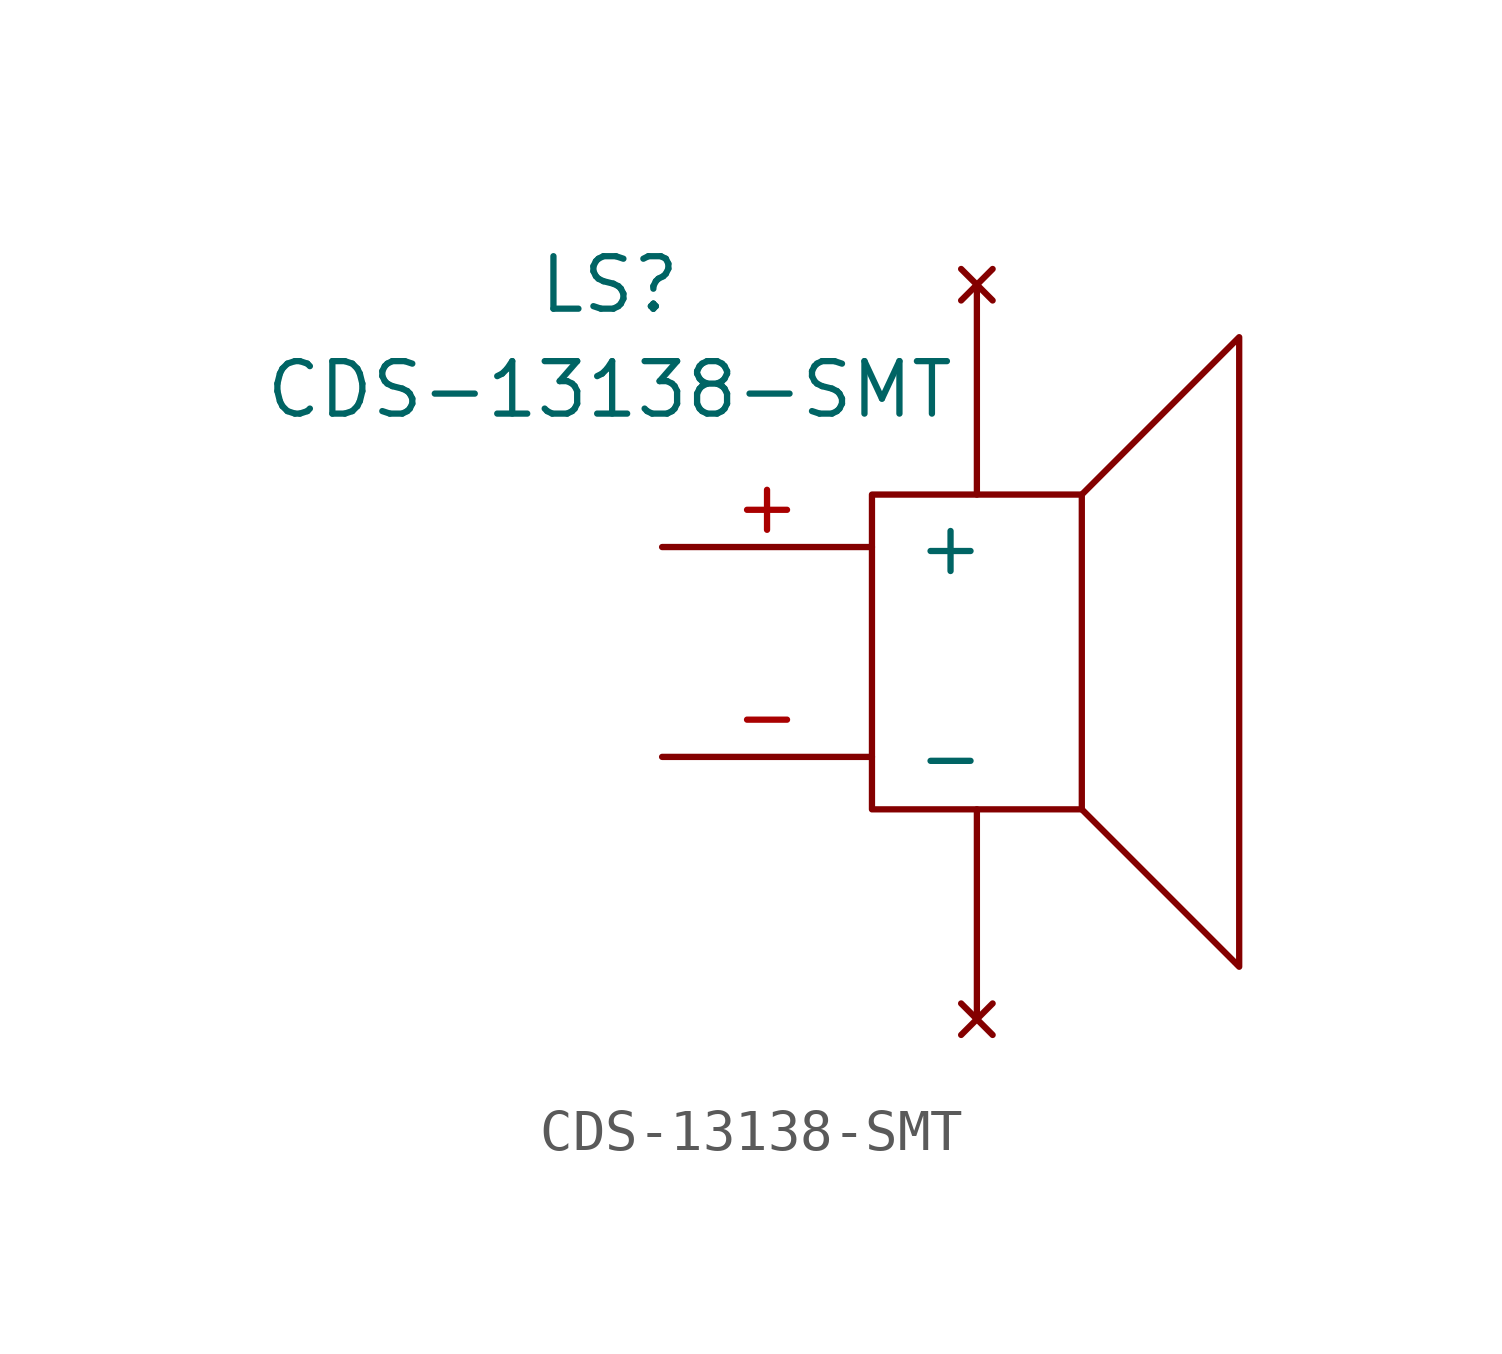
<source format=kicad_sym>
(kicad_symbol_lib
  (version 20201005)
  (generator kicad_symbol_editor)
  (symbol "CDS-13138-SMT"
    (pin_names
      (offset 1.016))
    (property "Reference" "LS"
      (at -8.89 8.89 0)
      (effects (font (size 1.27 1.27))))
    (property "Value" "CDS-13138-SMT"
      (at -8.89 6.35 0)
      (effects (font (size 1.27 1.27))))
    (symbol "CDS-13138-SMT_0_1"
      (rectangle (start -2.54 3.81) (end 2.54 -3.81) (stroke (width 0)) (fill (type none)))
      (polyline (pts (xy 2.54 3.81) (xy 6.35 7.62) (xy 6.35 -7.62) (xy 2.54 -3.81)) (stroke (width 0)) (fill (type none))))
    (symbol "CDS-13138-SMT_1_1"
      (pin input line (at -7.62 2.54 0) (length 5.08) (name "+" (effects (font (size 1.27 1.27)))) (number "+" (effects (font (size 1.27 1.27)))))
      (pin input line (at -7.62 -2.54 0) (length 5.08) (name "-" (effects (font (size 1.27 1.27)))) (number "-" (effects (font (size 1.27 1.27)))))
      (pin unconnected line (at 0 -8.89 90) (length 5.08) (name "~" (effects (font (size 1.27 1.27)))) (number "~" (effects (font (size 1.27 1.27)))))
      (pin unconnected line (at 0 8.89 270) (length 5.08) (name "~" (effects (font (size 1.27 1.27)))) (number "~" (effects (font (size 1.27 1.27))))))))
</source>
